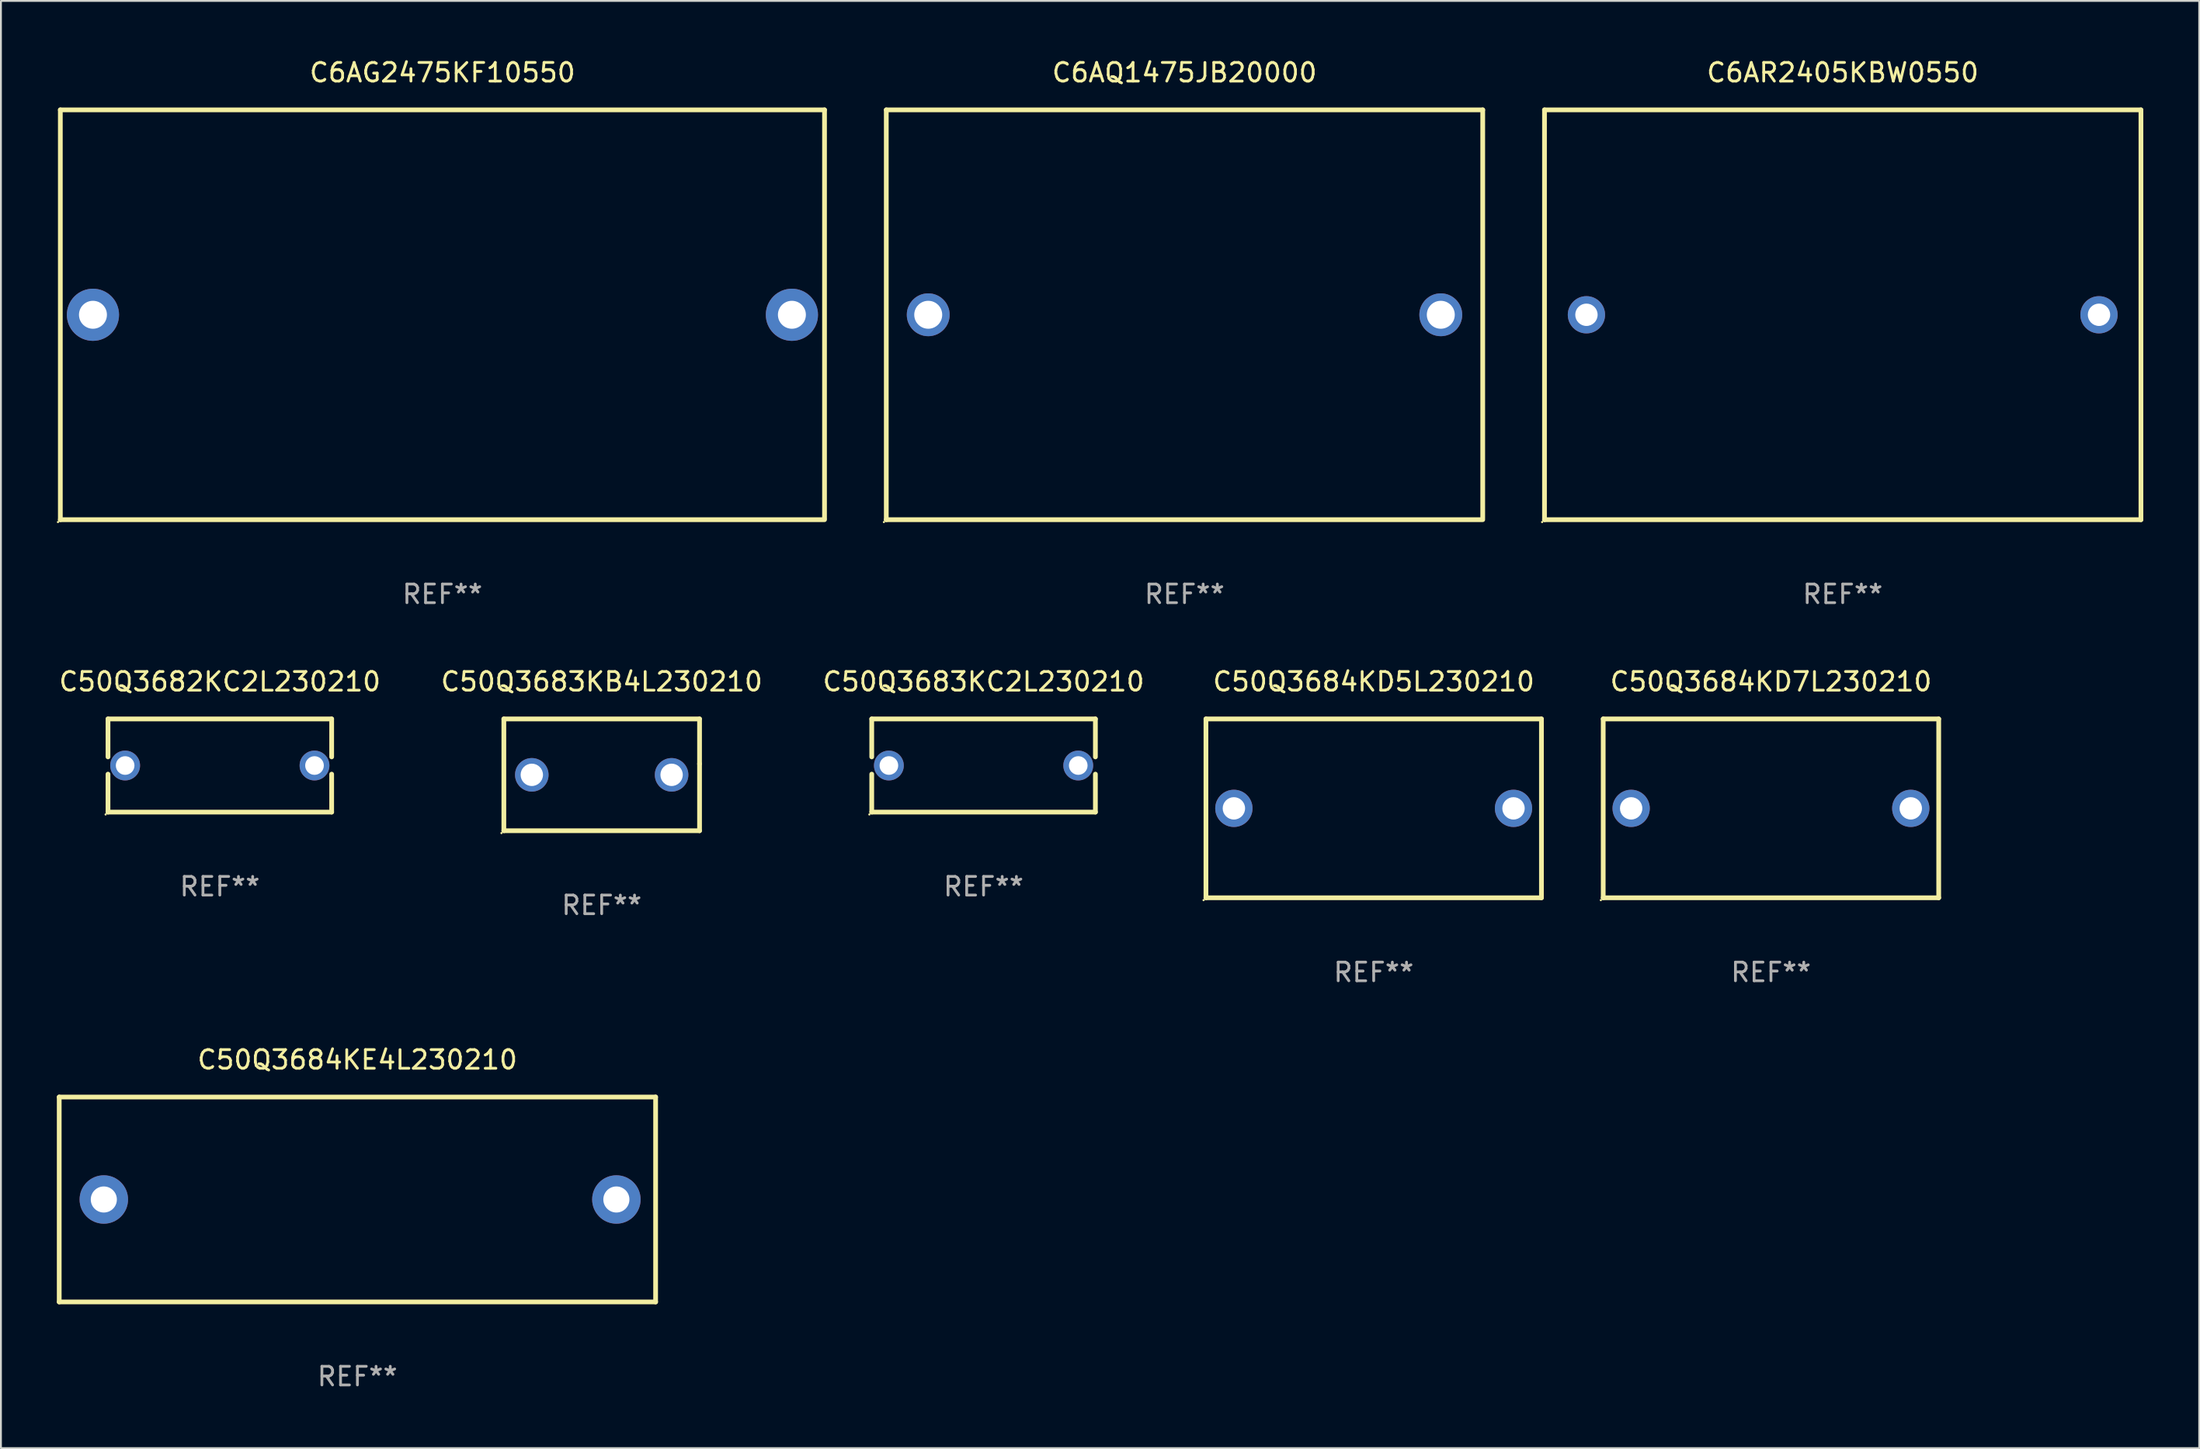
<source format=kicad_pcb>
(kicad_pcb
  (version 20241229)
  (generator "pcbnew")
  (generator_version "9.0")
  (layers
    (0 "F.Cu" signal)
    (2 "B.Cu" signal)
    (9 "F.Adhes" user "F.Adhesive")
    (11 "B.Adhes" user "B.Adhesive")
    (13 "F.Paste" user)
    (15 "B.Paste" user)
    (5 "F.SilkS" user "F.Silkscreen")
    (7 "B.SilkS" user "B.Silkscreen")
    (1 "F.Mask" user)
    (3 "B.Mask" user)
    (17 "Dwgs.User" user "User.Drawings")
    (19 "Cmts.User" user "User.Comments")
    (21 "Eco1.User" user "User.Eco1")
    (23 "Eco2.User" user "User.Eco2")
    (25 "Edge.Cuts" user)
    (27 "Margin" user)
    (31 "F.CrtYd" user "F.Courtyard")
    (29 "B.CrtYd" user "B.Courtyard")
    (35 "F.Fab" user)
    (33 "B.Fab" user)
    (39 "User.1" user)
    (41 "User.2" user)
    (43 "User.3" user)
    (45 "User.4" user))
  (footprint "C6AR2405KBW0550"
    (layer "F.Cu")
    (at 95.815 13.848)
    (property "Reference" "C6AR2405KBW0550" (at 0 -13 0) (layer "F.SilkS") (effects (font (size 1 1) (thickness 0.15))))
    (attr through_hole)
    (fp_line (start -16 -11) (end -16 11) (stroke (width 0.254) (type solid)) (layer "F.SilkS"))
    (fp_line (start -16 -11) (end 16 -11) (stroke (width 0.254) (type solid)) (layer "F.SilkS"))
    (fp_line (start 16 -11) (end 16 11) (stroke (width 0.254) (type solid)) (layer "F.SilkS"))
    (fp_line (start 16 11) (end -16 11) (stroke (width 0.254) (type solid)) (layer "F.SilkS"))
    (fp_circle (center -16.127 11.127) (end -16.097 11.127) (stroke (width 0.06) (type solid)) (fill no) (layer "F.SilkS"))
    (fp_text user "REF**" (at 0 15 0) (layer "F.Fab") (effects (font (size 1 1) (thickness 0.15))))
    (pad "1" thru_hole circle (at -13.75 0) (size 2 2) (drill 1.2) (layers "*.Cu" "*.Mask"))
    (pad "2" thru_hole circle (at 13.75 0) (size 2 2) (drill 1.2) (layers "*.Cu" "*.Mask")))
  (footprint "C50Q3684KD7L230210"
    (layer "F.Cu")
    (at 91.965 40.345)
    (property "Reference" "C50Q3684KD7L230210" (at 0 -6.8 0) (layer "F.SilkS") (effects (font (size 1 1) (thickness 0.15))))
    (attr through_hole)
    (fp_line (start -9 -4.8) (end 9 -4.8) (stroke (width 0.254) (type solid)) (layer "F.SilkS"))
    (fp_line (start -9 4.8) (end -9 -4.8) (stroke (width 0.254) (type solid)) (layer "F.SilkS"))
    (fp_line (start 9 -4.8) (end 9 4.8) (stroke (width 0.254) (type solid)) (layer "F.SilkS"))
    (fp_line (start 9 4.8) (end -9 4.8) (stroke (width 0.254) (type solid)) (layer "F.SilkS"))
    (fp_circle (center -9.127 4.927) (end -9.097 4.927) (stroke (width 0.06) (type solid)) (fill no) (layer "F.SilkS"))
    (fp_text user "REF**" (at 0 8.8 0) (layer "F.Fab") (effects (font (size 1 1) (thickness 0.15))))
    (pad "1" thru_hole circle (at -7.501 0) (size 2 2) (drill 1.2) (layers "*.Cu" "*.Mask"))
    (pad "2" thru_hole circle (at 7.501 0) (size 2 2) (drill 1.2) (layers "*.Cu" "*.Mask")))
  (footprint "C50Q3684KD5L230210"
    (layer "F.Cu")
    (at 70.651 40.345)
    (property "Reference" "C50Q3684KD5L230210" (at 0 -6.8 0) (layer "F.SilkS") (effects (font (size 1 1) (thickness 0.15))))
    (attr through_hole)
    (fp_line (start -9 -4.8) (end 9 -4.8) (stroke (width 0.254) (type solid)) (layer "F.SilkS"))
    (fp_line (start -9 4.8) (end -9 -4.8) (stroke (width 0.254) (type solid)) (layer "F.SilkS"))
    (fp_line (start 9 -4.8) (end 9 4.8) (stroke (width 0.254) (type solid)) (layer "F.SilkS"))
    (fp_line (start 9 4.8) (end -9 4.8) (stroke (width 0.254) (type solid)) (layer "F.SilkS"))
    (fp_circle (center -9.127 4.927) (end -9.097 4.927) (stroke (width 0.06) (type solid)) (fill no) (layer "F.SilkS"))
    (fp_text user "REF**" (at 0 8.8 0) (layer "F.Fab") (effects (font (size 1 1) (thickness 0.15))))
    (pad "1" thru_hole circle (at -7.501 0) (size 2 2) (drill 1.2) (layers "*.Cu" "*.Mask"))
    (pad "2" thru_hole circle (at 7.501 0) (size 2 2) (drill 1.2) (layers "*.Cu" "*.Mask")))
  (footprint "C50Q3684KE4L230210"
    (layer "F.Cu")
    (at 16.126 61.342)
    (property "Reference" "C50Q3684KE4L230210" (at 0 -7.5 0) (layer "F.SilkS") (effects (font (size 1 1) (thickness 0.15))))
    (attr through_hole)
    (fp_line (start -15.999 -5.5) (end -15.999 5.5) (stroke (width 0.254) (type solid)) (layer "F.SilkS"))
    (fp_line (start -15.999 -5.5) (end 15.999 -5.5) (stroke (width 0.254) (type solid)) (layer "F.SilkS"))
    (fp_line (start 15.999 -5.5) (end 15.999 5.5) (stroke (width 0.254) (type solid)) (layer "F.SilkS"))
    (fp_line (start 15.999 5.5) (end -15.999 5.5) (stroke (width 0.254) (type solid)) (layer "F.SilkS"))
    (fp_circle (center -16.008 5.5) (end -15.978 5.5) (stroke (width 0.06) (type solid)) (fill no) (layer "F.SilkS"))
    (fp_text user "REF**" (at 0 9.5 0) (layer "F.Fab") (effects (font (size 1 1) (thickness 0.15))))
    (pad "1" thru_hole circle (at -13.606 0) (size 2.6 2.6) (drill 1.4) (layers "*.Cu" "*.Mask"))
    (pad "2" thru_hole circle (at 13.894 0) (size 2.6 2.6) (drill 1.4) (layers "*.Cu" "*.Mask")))
  (footprint "C50Q3682KC2L230210"
    (layer "F.Cu")
    (at 8.744 38.045)
    (property "Reference" "C50Q3682KC2L230210" (at 0 -4.5 0) (layer "F.SilkS") (effects (font (size 1 1) (thickness 0.15))))
    (attr through_hole)
    (fp_line (start -6 -2.5) (end 6 -2.5) (stroke (width 0.254) (type solid)) (layer "F.SilkS"))
    (fp_line (start -6 -0.463) (end -6 -2.5) (stroke (width 0.254) (type solid)) (layer "F.SilkS"))
    (fp_line (start -6 2.5) (end -6 0.463) (stroke (width 0.254) (type solid)) (layer "F.SilkS"))
    (fp_line (start 6 -2.5) (end 6 -0.463) (stroke (width 0.254) (type solid)) (layer "F.SilkS"))
    (fp_line (start 6 0.463) (end 6 2.5) (stroke (width 0.254) (type solid)) (layer "F.SilkS"))
    (fp_line (start 6 2.5) (end -6 2.5) (stroke (width 0.254) (type solid)) (layer "F.SilkS"))
    (fp_circle (center -6.127 2.627) (end -6.097 2.627) (stroke (width 0.06) (type solid)) (fill no) (layer "F.SilkS"))
    (fp_text user "REF**" (at 0 6.5 0) (layer "F.Fab") (effects (font (size 1 1) (thickness 0.15))))
    (pad "1" thru_hole circle (at -5.08 0) (size 1.6 1.6) (drill 1) (layers "*.Cu" "*.Mask"))
    (pad "2" thru_hole circle (at 5.08 0) (size 1.6 1.6) (drill 1) (layers "*.Cu" "*.Mask")))
  (footprint "C50Q3683KC2L230210"
    (layer "F.Cu")
    (at 49.72 38.045)
    (property "Reference" "C50Q3683KC2L230210" (at 0 -4.5 0) (layer "F.SilkS") (effects (font (size 1 1) (thickness 0.15))))
    (attr through_hole)
    (fp_line (start -6 -2.5) (end 6 -2.5) (stroke (width 0.254) (type solid)) (layer "F.SilkS"))
    (fp_line (start -6 -0.463) (end -6 -2.5) (stroke (width 0.254) (type solid)) (layer "F.SilkS"))
    (fp_line (start -6 2.5) (end -6 0.463) (stroke (width 0.254) (type solid)) (layer "F.SilkS"))
    (fp_line (start 6 -2.5) (end 6 -0.463) (stroke (width 0.254) (type solid)) (layer "F.SilkS"))
    (fp_line (start 6 0.463) (end 6 2.5) (stroke (width 0.254) (type solid)) (layer "F.SilkS"))
    (fp_line (start 6 2.5) (end -6 2.5) (stroke (width 0.254) (type solid)) (layer "F.SilkS"))
    (fp_circle (center -6.127 2.627) (end -6.097 2.627) (stroke (width 0.06) (type solid)) (fill no) (layer "F.SilkS"))
    (fp_text user "REF**" (at 0 6.5 0) (layer "F.Fab") (effects (font (size 1 1) (thickness 0.15))))
    (pad "1" thru_hole circle (at -5.08 0) (size 1.6 1.6) (drill 1) (layers "*.Cu" "*.Mask"))
    (pad "2" thru_hole circle (at 5.08 0) (size 1.6 1.6) (drill 1) (layers "*.Cu" "*.Mask")))
  (footprint "C50Q3683KB4L230210"
    (layer "F.Cu")
    (at 29.232 38.545)
    (property "Reference" "C50Q3683KB4L230210" (at 0 -5 0) (layer "F.SilkS") (effects (font (size 1 1) (thickness 0.15))))
    (attr through_hole)
    (fp_line (start -5.25 -3) (end 5.25 -3) (stroke (width 0.254) (type solid)) (layer "F.SilkS"))
    (fp_line (start -5.25 3) (end -5.25 -3) (stroke (width 0.254) (type solid)) (layer "F.SilkS"))
    (fp_line (start 5.25 -0.591) (end 5.25 -3) (stroke (width 0.254) (type solid)) (layer "F.SilkS"))
    (fp_line (start 5.25 3) (end 5.25 -0.591) (stroke (width 0.254) (type solid)) (layer "F.SilkS"))
    (fp_line (start 5.25 3) (end -5.25 3) (stroke (width 0.254) (type solid)) (layer "F.SilkS"))
    (fp_circle (center -5.377 3.127) (end -5.347 3.127) (stroke (width 0.06) (type solid)) (fill no) (layer "F.SilkS"))
    (fp_text user "REF**" (at 0 7 0) (layer "F.Fab") (effects (font (size 1 1) (thickness 0.15))))
    (pad "1" thru_hole circle (at -3.75 0) (size 1.8 1.8) (drill 1.2) (layers "*.Cu" "*.Mask"))
    (pad "2" thru_hole circle (at 3.75 0) (size 1.8 1.8) (drill 1.2) (layers "*.Cu" "*.Mask")))
  (footprint "C6AG2475KF10550"
    (layer "F.Cu")
    (at 20.687 13.848)
    (property "Reference" "C6AG2475KF10550" (at 0 -13 0) (layer "F.SilkS") (effects (font (size 1 1) (thickness 0.15))))
    (attr through_hole)
    (fp_line (start -20.5 -11) (end -20.5 11) (stroke (width 0.254) (type solid)) (layer "F.SilkS"))
    (fp_line (start -20.5 -11) (end 20.5 -11) (stroke (width 0.254) (type solid)) (layer "F.SilkS"))
    (fp_line (start 20.5 -11) (end 20.5 10.922) (stroke (width 0.254) (type solid)) (layer "F.SilkS"))
    (fp_line (start 20.5 11) (end -20.5 11) (stroke (width 0.254) (type solid)) (layer "F.SilkS"))
    (fp_circle (center -20.627 11.127) (end -20.597 11.127) (stroke (width 0.06) (type solid)) (fill no) (layer "F.SilkS"))
    (fp_text user "REF**" (at 0 15 0) (layer "F.Fab") (effects (font (size 1 1) (thickness 0.15))))
    (pad "1" thru_hole circle (at -18.75 0) (size 2.8 2.8) (drill 1.5) (layers "*.Cu" "*.Mask"))
    (pad "2" thru_hole circle (at 18.75 0) (size 2.8 2.8) (drill 1.5) (layers "*.Cu" "*.Mask")))
  (footprint "C6AQ1475JB20000"
    (layer "F.Cu")
    (at 60.501 13.848)
    (property "Reference" "C6AQ1475JB20000" (at 0 -13 0) (layer "F.SilkS") (effects (font (size 1 1) (thickness 0.15))))
    (attr through_hole)
    (fp_line (start -16 -11) (end -16 11) (stroke (width 0.254) (type solid)) (layer "F.SilkS"))
    (fp_line (start -16 -11) (end 16 -11) (stroke (width 0.254) (type solid)) (layer "F.SilkS"))
    (fp_line (start 16 -11) (end 16 10.922) (stroke (width 0.254) (type solid)) (layer "F.SilkS"))
    (fp_line (start 16 11) (end -16 11) (stroke (width 0.254) (type solid)) (layer "F.SilkS"))
    (fp_circle (center -16.127 11.127) (end -16.097 11.127) (stroke (width 0.06) (type solid)) (fill no) (layer "F.SilkS"))
    (fp_text user "REF**" (at 0 15 0) (layer "F.Fab") (effects (font (size 1 1) (thickness 0.15))))
    (pad "1" thru_hole circle (at -13.75 0) (size 2.3 2.3) (drill 1.5) (layers "*.Cu" "*.Mask"))
    (pad "2" thru_hole circle (at 13.75 0) (size 2.3 2.3) (drill 1.5) (layers "*.Cu" "*.Mask")))
  (gr_rect
    (start -3 -3)
    (end 114.942 74.69)
    (stroke (width 0.1) (type default))
    (fill no)
    (layer "Edge.Cuts")))
</source>
